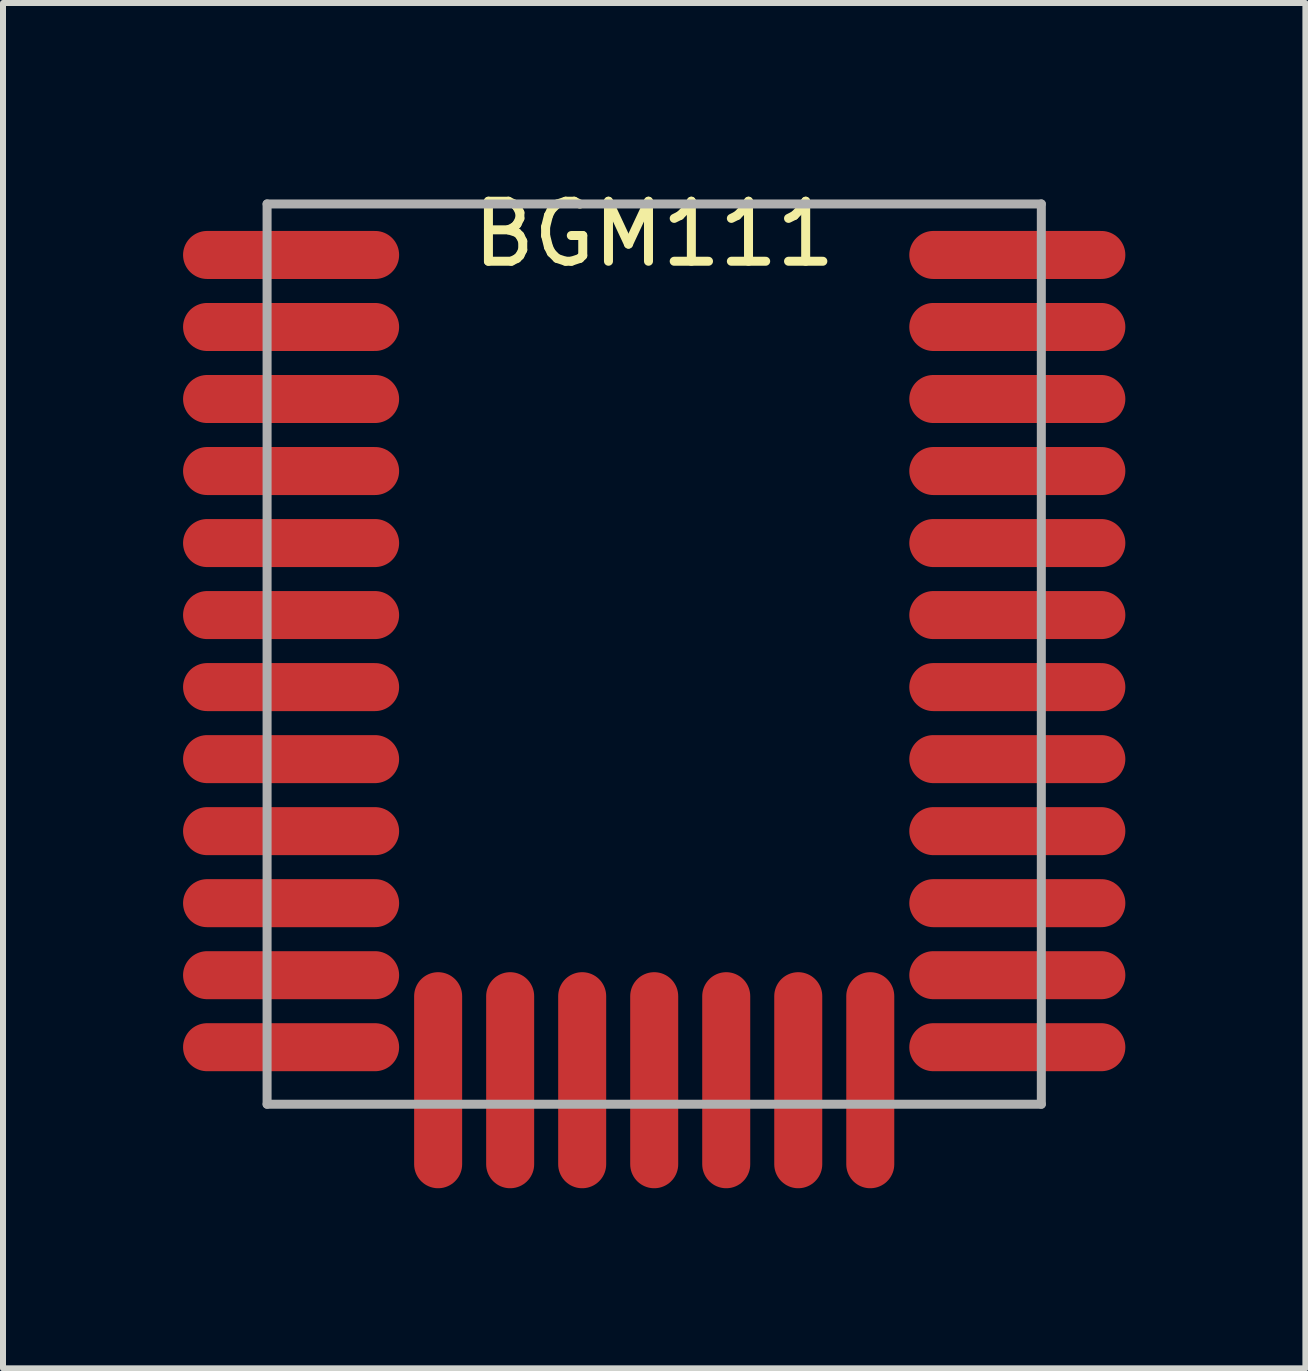
<source format=kicad_pcb>
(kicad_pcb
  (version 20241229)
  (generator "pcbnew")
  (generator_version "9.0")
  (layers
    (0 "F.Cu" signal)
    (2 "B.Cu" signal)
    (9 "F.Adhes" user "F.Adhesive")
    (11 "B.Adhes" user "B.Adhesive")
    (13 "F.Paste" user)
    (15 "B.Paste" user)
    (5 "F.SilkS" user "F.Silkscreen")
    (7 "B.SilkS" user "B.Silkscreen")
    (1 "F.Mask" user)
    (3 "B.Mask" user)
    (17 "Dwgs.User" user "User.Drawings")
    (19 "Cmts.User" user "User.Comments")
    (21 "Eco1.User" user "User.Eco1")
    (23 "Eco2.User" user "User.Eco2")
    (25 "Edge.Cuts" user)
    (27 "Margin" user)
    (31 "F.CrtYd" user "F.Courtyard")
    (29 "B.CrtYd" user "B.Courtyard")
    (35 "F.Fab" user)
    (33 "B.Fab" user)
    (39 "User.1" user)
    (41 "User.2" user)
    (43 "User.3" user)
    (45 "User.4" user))
  (footprint "BGM111"
    (layer "F.Cu")
    (at 7.85 0.348)
    (property "Reference" "BGM111" (at 0 0.5 0) (layer "F.SilkS") (effects (font (size 1 1) (thickness 0.15))))
    (attr through_hole)
    (fp_line (start -3.8 0) (end -3.8 3.5) (stroke (width 0.15) (type solid)) (layer "F.Mask"))
    (fp_line (start -3.8 3.5) (end 3.8 3.5) (stroke (width 0.15) (type solid)) (layer "F.Mask"))
    (fp_line (start 3.8 0) (end -3.8 0) (stroke (width 0.15) (type solid)) (layer "F.Mask"))
    (fp_line (start 3.8 3.5) (end 3.8 0) (stroke (width 0.15) (type solid)) (layer "F.Mask"))
    (fp_line (start -6.45 0) (end -6.45 15) (stroke (width 0.15) (type solid)) (layer "F.Fab"))
    (fp_line (start -6.45 15) (end 6.45 15) (stroke (width 0.15) (type solid)) (layer "F.Fab"))
    (fp_line (start 6.45 0) (end -6.45 0) (stroke (width 0.15) (type solid)) (layer "F.Fab"))
    (fp_line (start 6.45 15) (end 6.45 0) (stroke (width 0.15) (type solid)) (layer "F.Fab"))
    (pad "1" smd oval (at -6.05 0.85) (size 3.6 0.8) (layers "F.Cu" "F.Mask" "F.Paste"))
    (pad "2" smd oval (at -6.05 2.05) (size 3.6 0.8) (layers "F.Cu" "F.Mask" "F.Paste"))
    (pad "3" smd oval (at -6.05 3.25) (size 3.6 0.8) (layers "F.Cu" "F.Mask" "F.Paste"))
    (pad "4" smd oval (at -6.05 4.45) (size 3.6 0.8) (layers "F.Cu" "F.Mask" "F.Paste"))
    (pad "5" smd oval (at -6.05 5.65) (size 3.6 0.8) (layers "F.Cu" "F.Mask" "F.Paste"))
    (pad "6" smd oval (at -6.05 6.85) (size 3.6 0.8) (layers "F.Cu" "F.Mask" "F.Paste"))
    (pad "7" smd oval (at -6.05 8.05) (size 3.6 0.8) (layers "F.Cu" "F.Mask" "F.Paste"))
    (pad "8" smd oval (at -6.05 9.25) (size 3.6 0.8) (layers "F.Cu" "F.Mask" "F.Paste"))
    (pad "9" smd oval (at -6.05 10.45) (size 3.6 0.8) (layers "F.Cu" "F.Mask" "F.Paste"))
    (pad "10" smd oval (at -6.05 11.65) (size 3.6 0.8) (layers "F.Cu" "F.Mask" "F.Paste"))
    (pad "11" smd oval (at -6.05 12.85) (size 3.6 0.8) (layers "F.Cu" "F.Mask" "F.Paste"))
    (pad "12" smd oval (at -6.05 14.05) (size 3.6 0.8) (layers "F.Cu" "F.Mask" "F.Paste"))
    (pad "13" smd oval (at -3.6 14.6 90) (size 3.6 0.8) (layers "F.Cu" "F.Mask" "F.Paste"))
    (pad "14" smd oval (at -2.4 14.6 90) (size 3.6 0.8) (layers "F.Cu" "F.Mask" "F.Paste"))
    (pad "15" smd oval (at -1.2 14.6 90) (size 3.6 0.8) (layers "F.Cu" "F.Mask" "F.Paste"))
    (pad "16" smd oval (at 0 14.6 90) (size 3.6 0.8) (layers "F.Cu" "F.Mask" "F.Paste"))
    (pad "17" smd oval (at 1.2 14.6 90) (size 3.6 0.8) (layers "F.Cu" "F.Mask" "F.Paste"))
    (pad "18" smd oval (at 2.4 14.6 90) (size 3.6 0.8) (layers "F.Cu" "F.Mask" "F.Paste"))
    (pad "19" smd oval (at 3.6 14.6 90) (size 3.6 0.8) (layers "F.Cu" "F.Mask" "F.Paste"))
    (pad "20" smd oval (at 6.05 14.05) (size 3.6 0.8) (layers "F.Cu" "F.Mask" "F.Paste"))
    (pad "21" smd oval (at 6.05 12.85) (size 3.6 0.8) (layers "F.Cu" "F.Mask" "F.Paste"))
    (pad "22" smd oval (at 6.05 11.65) (size 3.6 0.8) (layers "F.Cu" "F.Mask" "F.Paste"))
    (pad "23" smd oval (at 6.05 10.45) (size 3.6 0.8) (layers "F.Cu" "F.Mask" "F.Paste"))
    (pad "24" smd oval (at 6.05 9.25) (size 3.6 0.8) (layers "F.Cu" "F.Mask" "F.Paste"))
    (pad "25" smd oval (at 6.05 8.05) (size 3.6 0.8) (layers "F.Cu" "F.Mask" "F.Paste"))
    (pad "26" smd oval (at 6.05 6.85) (size 3.6 0.8) (layers "F.Cu" "F.Mask" "F.Paste"))
    (pad "27" smd oval (at 6.05 5.65) (size 3.6 0.8) (layers "F.Cu" "F.Mask" "F.Paste"))
    (pad "28" smd oval (at 6.05 4.45) (size 3.6 0.8) (layers "F.Cu" "F.Mask" "F.Paste"))
    (pad "29" smd oval (at 6.05 3.25) (size 3.6 0.8) (layers "F.Cu" "F.Mask" "F.Paste"))
    (pad "30" smd oval (at 6.05 2.05) (size 3.6 0.8) (layers "F.Cu" "F.Mask" "F.Paste"))
    (pad "31" smd oval (at 6.05 0.85) (size 3.6 0.8) (layers "F.Cu" "F.Mask" "F.Paste")))
  (gr_rect
    (start -3 -3)
    (end 18.7 19.748)
    (stroke (width 0.1) (type default))
    (fill no)
    (layer "Edge.Cuts")))
</source>
